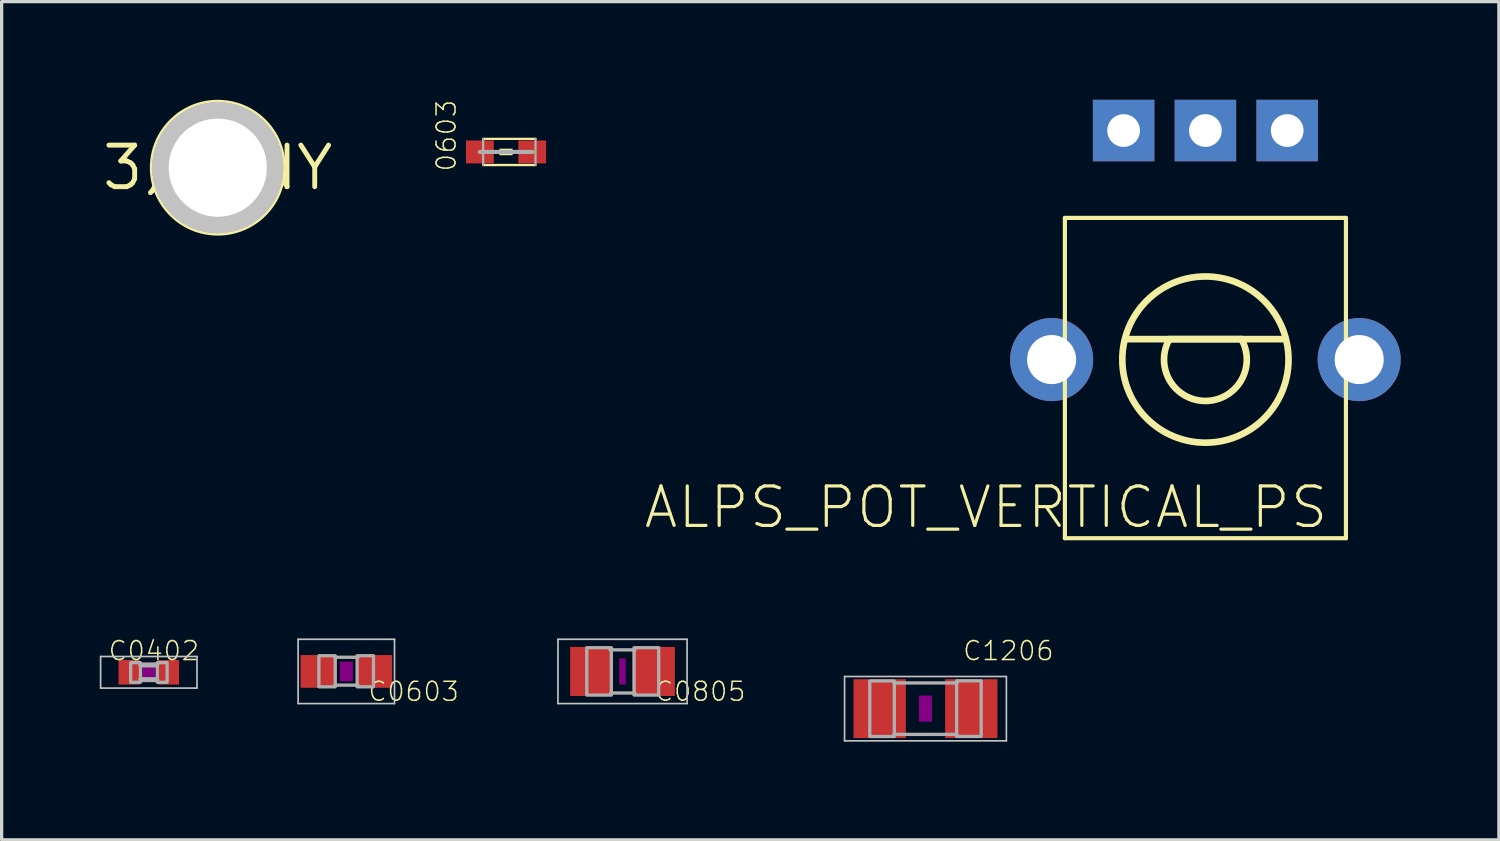
<source format=kicad_pcb>
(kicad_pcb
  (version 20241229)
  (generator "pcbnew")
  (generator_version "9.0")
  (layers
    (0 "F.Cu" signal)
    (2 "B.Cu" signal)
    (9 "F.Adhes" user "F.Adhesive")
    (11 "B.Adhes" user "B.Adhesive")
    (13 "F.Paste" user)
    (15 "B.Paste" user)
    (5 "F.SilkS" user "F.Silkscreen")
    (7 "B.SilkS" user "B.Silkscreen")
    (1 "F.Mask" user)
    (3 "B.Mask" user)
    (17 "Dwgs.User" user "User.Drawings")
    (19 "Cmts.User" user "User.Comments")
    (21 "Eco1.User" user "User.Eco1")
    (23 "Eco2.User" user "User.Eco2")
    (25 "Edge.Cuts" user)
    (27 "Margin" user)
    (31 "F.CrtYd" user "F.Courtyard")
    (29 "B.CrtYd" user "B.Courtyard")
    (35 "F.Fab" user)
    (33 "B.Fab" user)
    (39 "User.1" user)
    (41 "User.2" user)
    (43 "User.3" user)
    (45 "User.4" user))
  (footprint "C0402"
    (layer "F.Cu")
    (at 1.498 17.499)
    (property "Reference" "C0402" (at -1.27 -0.318 180) (layer "F.SilkS") (effects (font (size 0.579 0.579) (thickness 0.046)) (justify left bottom)))
    (attr through_hole)
    (fp_poly (pts (xy -0.2 0.3) (xy 0.2 0.3) (xy 0.2 -0.3) (xy -0.2 -0.3)) (stroke (width 0) (type solid)) (fill yes) (layer "F.Adhes"))
    (fp_line (start -1.473 -0.483) (end 1.473 -0.483) (stroke (width 0.051) (type solid)) (layer "Dwgs.User"))
    (fp_line (start -1.473 0.483) (end -1.473 -0.483) (stroke (width 0.051) (type solid)) (layer "Dwgs.User"))
    (fp_line (start 1.473 -0.483) (end 1.473 0.483) (stroke (width 0.051) (type solid)) (layer "Dwgs.User"))
    (fp_line (start 1.473 0.483) (end -1.473 0.483) (stroke (width 0.051) (type solid)) (layer "Dwgs.User"))
    (fp_line (start -0.245 -0.224) (end 0.245 -0.224) (stroke (width 0.152) (type solid)) (layer "F.Fab"))
    (fp_line (start 0.245 0.224) (end -0.245 0.224) (stroke (width 0.152) (type solid)) (layer "F.Fab"))
    (fp_poly (pts (xy -0.554 0.305) (xy -0.254 0.305) (xy -0.254 -0.295) (xy -0.554 -0.295)) (stroke (width 0.1) (type solid)) (fill no) (layer "F.Fab"))
    (fp_poly (pts (xy 0.259 0.305) (xy 0.559 0.305) (xy 0.559 -0.295) (xy 0.259 -0.295)) (stroke (width 0.1) (type solid)) (fill no) (layer "F.Fab"))
    (pad "1" smd rect (at -0.6 0) (size 0.65 0.75) (layers "F.Cu" "F.Mask" "F.Paste"))
    (pad "2" smd rect (at 0.6 0) (size 0.65 0.75) (layers "F.Cu" "F.Mask" "F.Paste")))
  (footprint "3,0TINY"
    (layer "F.Cu")
    (at 3.606 2.076)
    (property "Reference" "3,0TINY" (at 0 0 0) (layer "F.SilkS") (effects (font (size 1.27 1.27) (thickness 0.15))))
    (attr through_hole)
    (fp_circle (center 0 0) (end 1.5 0) (stroke (width 0.203) (type solid)) (fill no) (layer "F.SilkS"))
    (fp_circle (center 0 0) (end 2 0) (stroke (width 0.152) (type solid)) (fill no) (layer "F.SilkS"))
    (fp_circle (center 0 0) (end 1 0) (stroke (width 2) (type solid)) (fill no) (layer "Dwgs.User"))
    (fp_circle (center 0 0) (end 1 0) (stroke (width 2) (type solid)) (fill no) (layer "Dwgs.User"))
    (fp_circle (center 0 0) (end 1 0) (stroke (width 2) (type solid)) (fill no) (layer "Dwgs.User"))
    (fp_circle (center 0 0) (end 1 0) (stroke (width 2) (type solid)) (fill no) (layer "Dwgs.User"))
    (fp_circle (center 0 0) (end 1 0) (stroke (width 2) (type solid)) (fill no) (layer "Dwgs.User"))
    (fp_arc (start 0 -1.5) (mid 1.06066 -1.06066) (end 1.5 0) (stroke (width 1) (type solid)) (layer "F.Fab"))
    (fp_arc (start 0 1.5) (mid -1.06066 1.06066) (end -1.5 0) (stroke (width 1) (type solid)) (layer "F.Fab"))
    (fp_circle (center 0 0) (end 0.635 0) (stroke (width 0.457) (type solid)) (fill no) (layer "F.Fab"))
    (pad "" np_thru_hole circle (at 0 0) (size 3 3) (drill 3) (layers "*.Cu" "*.Mask")))
  (footprint "C1206"
    (layer "F.Cu")
    (at 25.237 18.61)
    (property "Reference" "C1206" (at 1.111 -1.429 180) (layer "F.SilkS") (effects (font (size 0.579 0.579) (thickness 0.046)) (justify left bottom)))
    (attr through_hole)
    (fp_poly (pts (xy -0.2 0.4) (xy 0.2 0.4) (xy 0.2 -0.4) (xy -0.2 -0.4)) (stroke (width 0) (type solid)) (fill yes) (layer "F.Adhes"))
    (fp_line (start -2.473 -0.983) (end 2.473 -0.983) (stroke (width 0.051) (type solid)) (layer "Dwgs.User"))
    (fp_line (start -2.473 0.983) (end -2.473 -0.983) (stroke (width 0.051) (type solid)) (layer "Dwgs.User"))
    (fp_line (start 2.473 -0.983) (end 2.473 0.983) (stroke (width 0.051) (type solid)) (layer "Dwgs.User"))
    (fp_line (start 2.473 0.983) (end -2.473 0.983) (stroke (width 0.051) (type solid)) (layer "Dwgs.User"))
    (fp_line (start -0.965 -0.787) (end 0.965 -0.787) (stroke (width 0.102) (type solid)) (layer "F.Fab"))
    (fp_line (start -0.965 0.787) (end 0.965 0.787) (stroke (width 0.102) (type solid)) (layer "F.Fab"))
    (fp_poly (pts (xy -1.702 0.851) (xy -0.952 0.851) (xy -0.952 -0.849) (xy -1.702 -0.849)) (stroke (width 0.1) (type solid)) (fill no) (layer "F.Fab"))
    (fp_poly (pts (xy 0.952 0.849) (xy 1.702 0.849) (xy 1.702 -0.851) (xy 0.952 -0.851)) (stroke (width 0.1) (type solid)) (fill no) (layer "F.Fab"))
    (pad "1" smd rect (at -1.4 0) (size 1.6 1.8) (layers "F.Cu" "F.Mask" "F.Paste"))
    (pad "2" smd rect (at 1.4 0) (size 1.6 1.8) (layers "F.Cu" "F.Mask" "F.Paste")))
  (footprint "C0603"
    (layer "F.Cu")
    (at 7.535 17.472)
    (property "Reference" "C0603" (at 0.635 0.953 0) (layer "F.SilkS") (effects (font (size 0.579 0.579) (thickness 0.046)) (justify left bottom)))
    (attr through_hole)
    (fp_poly (pts (xy -0.2 0.3) (xy 0.2 0.3) (xy 0.2 -0.3) (xy -0.2 -0.3)) (stroke (width 0) (type solid)) (fill yes) (layer "F.Adhes"))
    (fp_line (start -1.473 -0.983) (end 1.473 -0.983) (stroke (width 0.051) (type solid)) (layer "Dwgs.User"))
    (fp_line (start -1.473 0.983) (end -1.473 -0.983) (stroke (width 0.051) (type solid)) (layer "Dwgs.User"))
    (fp_line (start 1.473 -0.983) (end 1.473 0.983) (stroke (width 0.051) (type solid)) (layer "Dwgs.User"))
    (fp_line (start 1.473 0.983) (end -1.473 0.983) (stroke (width 0.051) (type solid)) (layer "Dwgs.User"))
    (fp_line (start -0.356 -0.432) (end 0.356 -0.432) (stroke (width 0.102) (type solid)) (layer "F.Fab"))
    (fp_line (start -0.356 0.419) (end 0.356 0.419) (stroke (width 0.102) (type solid)) (layer "F.Fab"))
    (fp_poly (pts (xy -0.838 0.47) (xy -0.338 0.47) (xy -0.338 -0.48) (xy -0.838 -0.48)) (stroke (width 0.1) (type solid)) (fill no) (layer "F.Fab"))
    (fp_poly (pts (xy 0.33 0.47) (xy 0.83 0.47) (xy 0.83 -0.48) (xy 0.33 -0.48)) (stroke (width 0.1) (type solid)) (fill no) (layer "F.Fab"))
    (pad "1" smd rect (at -0.85 0) (size 1.1 1) (layers "F.Cu" "F.Mask" "F.Paste"))
    (pad "2" smd rect (at 0.85 0) (size 1.1 1) (layers "F.Cu" "F.Mask" "F.Paste")))
  (footprint "0603"
    (layer "F.Cu")
    (at 12.517 1.594)
    (property "Reference" "0603" (at -1.587 0.635 270) (layer "F.SilkS") (effects (font (size 0.579 0.579) (thickness 0.046)) (justify left bottom)))
    (attr through_hole)
    (fp_line (start -0.8 -0.4) (end 0.8 -0.4) (stroke (width 0.07) (type solid)) (layer "F.SilkS"))
    (fp_line (start 0.8 0.4) (end -0.8 0.4) (stroke (width 0.07) (type solid)) (layer "F.SilkS"))
    (fp_poly (pts (xy -0.3 0.1) (xy 0.1 0.1) (xy 0.1 -0.1) (xy -0.3 -0.1)) (stroke (width 0) (type solid)) (fill yes) (layer "F.SilkS"))
    (fp_line (start -0.9 0) (end 0.7 0) (stroke (width 0.127) (type solid)) (layer "F.Fab"))
    (fp_line (start -0.8 0.4) (end -0.8 -0.4) (stroke (width 0.07) (type solid)) (layer "F.Fab"))
    (fp_line (start 0.8 -0.4) (end 0.8 0.4) (stroke (width 0.07) (type solid)) (layer "F.Fab"))
    (pad "1" smd rect (at -0.9 0) (size 0.85 0.7) (layers "F.Cu" "F.Mask" "F.Paste"))
    (pad "2" smd rect (at 0.7 0) (size 0.85 0.7) (layers "F.Cu" "F.Mask" "F.Paste")))
  (footprint "C0805"
    (layer "F.Cu")
    (at 15.977 17.472)
    (property "Reference" "C0805" (at 0.953 0.953 180) (layer "F.SilkS") (effects (font (size 0.579 0.579) (thickness 0.046)) (justify left bottom)))
    (attr through_hole)
    (fp_poly (pts (xy -0.1 0.4) (xy 0.1 0.4) (xy 0.1 -0.4) (xy -0.1 -0.4)) (stroke (width 0) (type solid)) (fill yes) (layer "F.Adhes"))
    (fp_line (start -1.973 -0.983) (end 1.973 -0.983) (stroke (width 0.051) (type solid)) (layer "Dwgs.User"))
    (fp_line (start -1.973 0.983) (end -1.973 -0.983) (stroke (width 0.051) (type solid)) (layer "Dwgs.User"))
    (fp_line (start 1.973 -0.983) (end 1.973 0.983) (stroke (width 0.051) (type solid)) (layer "Dwgs.User"))
    (fp_line (start 1.973 0.983) (end -1.973 0.983) (stroke (width 0.051) (type solid)) (layer "Dwgs.User"))
    (fp_line (start -0.381 -0.66) (end 0.381 -0.66) (stroke (width 0.102) (type solid)) (layer "F.Fab"))
    (fp_line (start -0.356 0.66) (end 0.381 0.66) (stroke (width 0.102) (type solid)) (layer "F.Fab"))
    (fp_poly (pts (xy -1.092 0.724) (xy -0.342 0.724) (xy -0.342 -0.726) (xy -1.092 -0.726)) (stroke (width 0.1) (type solid)) (fill no) (layer "F.Fab"))
    (fp_poly (pts (xy 0.356 0.724) (xy 1.106 0.724) (xy 1.106 -0.726) (xy 0.356 -0.726)) (stroke (width 0.1) (type solid)) (fill no) (layer "F.Fab"))
    (pad "1" smd rect (at -0.95 0) (size 1.3 1.5) (layers "F.Cu" "F.Mask" "F.Paste"))
    (pad "2" smd rect (at 0.95 0) (size 1.3 1.5) (layers "F.Cu" "F.Mask" "F.Paste")))
  (footprint "ALPS_POT_VERTICAL_PS"
    (layer "F.Cu")
    (at 33.793 7.94)
    (property "Reference" "ALPS_POT_VERTICAL_PS" (at 3.81 3.81 180) (layer "F.SilkS") (effects (font (size 1.206 1.206) (thickness 0.097)) (justify right top)))
    (attr through_hole)
    (fp_line (start -4.295 -4.33) (end 4.295 -4.33) (stroke (width 0.127) (type solid)) (layer "F.SilkS"))
    (fp_line (start -4.295 5.46) (end -4.295 -4.33) (stroke (width 0.127) (type solid)) (layer "F.SilkS"))
    (fp_line (start -2.45 -0.625) (end 2.425 -0.625) (stroke (width 0.203) (type solid)) (layer "F.SilkS"))
    (fp_line (start -1.1 -0.625) (end 1.1 -0.625) (stroke (width 0.203) (type solid)) (layer "F.SilkS"))
    (fp_line (start 4.295 -4.33) (end 4.295 5.46) (stroke (width 0.127) (type solid)) (layer "F.SilkS"))
    (fp_line (start 4.295 5.46) (end -4.295 5.46) (stroke (width 0.127) (type solid)) (layer "F.SilkS"))
    (fp_arc (start 1.1 -0.625) (mid 0 1.265158) (end -1.1 -0.625) (stroke (width 0.2032) (type solid)) (layer "F.SilkS"))
    (fp_circle (center 0 0) (end 2.54 0) (stroke (width 0.203) (type solid)) (fill no) (layer "F.SilkS"))
    (pad "P$1" thru_hole rect (at -2.5 -7 270) (size 1.88 1.88) (drill 1) (layers "*.Cu" "*.Mask"))
    (pad "P$2" thru_hole rect (at 0 -7 270) (size 1.88 1.88) (drill 1) (layers "*.Cu" "*.Mask"))
    (pad "P$3" thru_hole rect (at 2.5 -7 270) (size 1.88 1.88) (drill 1) (layers "*.Cu" "*.Mask"))
    (pad "P$4" thru_hole circle (at -4.7 0 270) (size 2.54 2.54) (drill 1.5) (layers "*.Cu" "*.Mask"))
    (pad "P$5" thru_hole circle (at 4.7 0 270) (size 2.54 2.54) (drill 1.5) (layers "*.Cu" "*.Mask")))
  (gr_rect
    (start -3 -3)
    (end 42.763 22.619)
    (stroke (width 0.1) (type default))
    (fill no)
    (layer "Edge.Cuts")))
</source>
